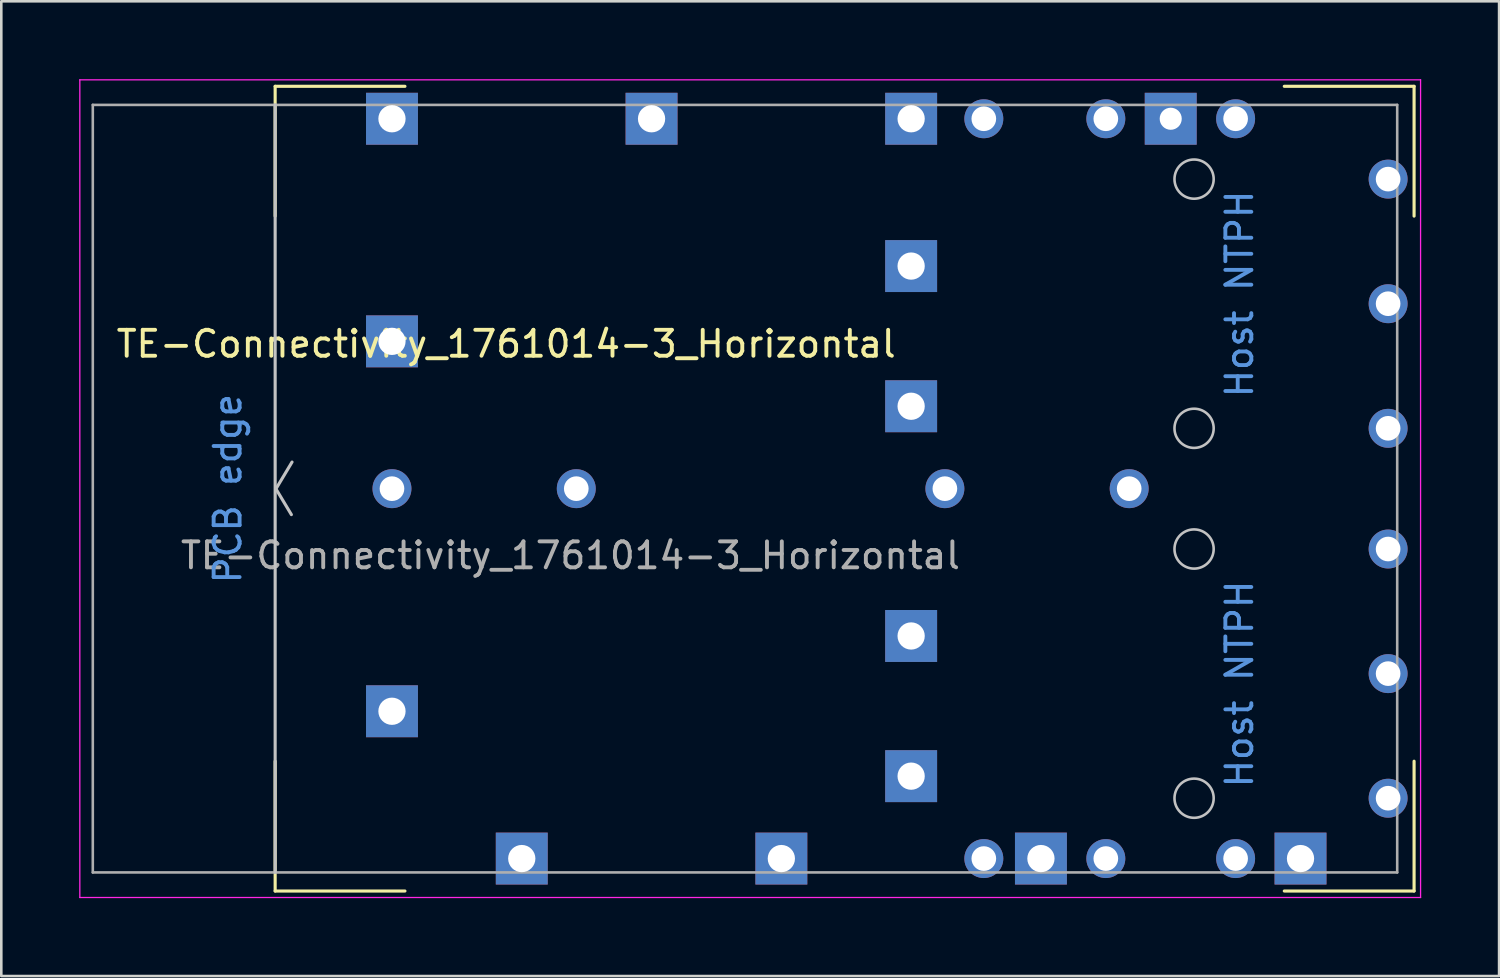
<source format=kicad_pcb>
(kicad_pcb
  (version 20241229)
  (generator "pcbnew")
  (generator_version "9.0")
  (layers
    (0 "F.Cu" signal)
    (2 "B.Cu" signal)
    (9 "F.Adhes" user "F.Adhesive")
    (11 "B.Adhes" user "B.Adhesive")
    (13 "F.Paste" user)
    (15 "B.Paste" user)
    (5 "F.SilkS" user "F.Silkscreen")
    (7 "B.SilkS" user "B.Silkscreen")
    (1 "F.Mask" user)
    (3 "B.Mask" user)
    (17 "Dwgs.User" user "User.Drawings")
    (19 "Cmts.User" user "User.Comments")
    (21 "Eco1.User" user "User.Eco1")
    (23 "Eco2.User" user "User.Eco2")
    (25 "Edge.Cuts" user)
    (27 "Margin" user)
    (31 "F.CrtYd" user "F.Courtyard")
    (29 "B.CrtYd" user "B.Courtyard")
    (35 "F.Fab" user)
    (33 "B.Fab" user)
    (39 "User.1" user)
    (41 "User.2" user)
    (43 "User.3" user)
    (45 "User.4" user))
  (footprint "TE-Connectivity_1761014-3_Horizontal"
    (layer "F.Cu")
    (at 12.05 1.525)
    (property "Reference" "TE-Connectivity_1761014-3_Horizontal" (at 4.4 8.675 0) (layer "F.SilkS") (effects (font (size 1 1) (thickness 0.15))))
    (attr through_hole)
    (fp_line (start -4.5 3.75) (end -4.5 -1.25) (stroke (width 0.12) (type solid)) (layer "F.SilkS"))
    (fp_line (start -4.5 29.75) (end -4.5 24.75) (stroke (width 0.12) (type solid)) (layer "F.SilkS"))
    (fp_line (start 0.5 -1.25) (end -4.5 -1.25) (stroke (width 0.12) (type solid)) (layer "F.SilkS"))
    (fp_line (start 0.5 29.75) (end -4.5 29.75) (stroke (width 0.12) (type solid)) (layer "F.SilkS"))
    (fp_line (start 39.375 -1.25) (end 34.375 -1.25) (stroke (width 0.12) (type solid)) (layer "F.SilkS"))
    (fp_line (start 39.375 3.75) (end 39.375 -1.25) (stroke (width 0.12) (type solid)) (layer "F.SilkS"))
    (fp_line (start 39.375 29.75) (end 34.375 29.75) (stroke (width 0.12) (type solid)) (layer "F.SilkS"))
    (fp_line (start 39.375 29.75) (end 39.375 24.75) (stroke (width 0.12) (type solid)) (layer "F.SilkS"))
    (fp_line (start -4.5 29.035) (end -4.5 -0.535) (stroke (width 0.12) (type solid)) (layer "Dwgs.User"))
    (fp_line (start -4.45 14.225) (end -3.85 13.225) (stroke (width 0.12) (type solid)) (layer "Dwgs.User"))
    (fp_line (start -3.875 15.25) (end -4.475 14.25) (stroke (width 0.12) (type solid)) (layer "Dwgs.User"))
    (fp_circle (center 30.9 2.325) (end 31.655 2.325) (stroke (width 0.1) (type default)) (fill no) (layer "Dwgs.User"))
    (fp_circle (center 30.9 11.925) (end 31.655 11.925) (stroke (width 0.1) (type default)) (fill no) (layer "Dwgs.User"))
    (fp_circle (center 30.9 16.575) (end 31.655 16.575) (stroke (width 0.1) (type default)) (fill no) (layer "Dwgs.User"))
    (fp_circle (center 30.9 26.175) (end 31.655 26.175) (stroke (width 0.1) (type default)) (fill no) (layer "Dwgs.User"))
    (fp_line (start -12.025 -1.5) (end -12.025 30) (stroke (width 0.05) (type solid)) (layer "F.CrtYd"))
    (fp_line (start -12.025 -1.5) (end 39.625 -1.5) (stroke (width 0.05) (type solid)) (layer "F.CrtYd"))
    (fp_line (start 39.625 30) (end -12.025 30) (stroke (width 0.05) (type solid)) (layer "F.CrtYd"))
    (fp_line (start 39.625 30) (end 39.625 -1.5) (stroke (width 0.05) (type solid)) (layer "F.CrtYd"))
    (fp_line (start -11.525 -0.535) (end -11.525 29.035) (stroke (width 0.1) (type solid)) (layer "F.Fab"))
    (fp_line (start 38.725 -0.535) (end -11.525 -0.535) (stroke (width 0.1) (type solid)) (layer "F.Fab"))
    (fp_line (start 38.725 -0.535) (end 38.725 29.035) (stroke (width 0.1) (type solid)) (layer "F.Fab"))
    (fp_line (start 38.725 29.035) (end -11.525 29.035) (stroke (width 0.1) (type solid)) (layer "F.Fab"))
    (fp_text user "Host NTPH" (at 32.65 21.775 90) (layer "Cmts.User") (effects (font (size 1 1) (thickness 0.15))))
    (fp_text user "PCB edge" (at -6.325 14.25 90) (layer "Cmts.User") (effects (font (size 1 1) (thickness 0.15))))
    (fp_text user "Host NTPH" (at 32.65 6.75 90) (layer "Cmts.User") (effects (font (size 1 1) (thickness 0.15))))
    (fp_text user "${REFERENCE}" (at 6.875 16.825 0) (layer "F.Fab") (effects (font (size 1 1) (thickness 0.15))))
    (pad "CAGE" thru_hole rect (at 0 0) (size 2 2) (drill 1.05) (layers "*.Cu" "*.Mask"))
    (pad "CAGE" thru_hole rect (at 0 8.575) (size 2 2) (drill 1.05) (layers "*.Cu" "*.Mask"))
    (pad "CAGE" thru_hole circle (at 0 14.25) (size 1.5 1.5) (drill 0.95) (layers "*.Cu" "*.Mask"))
    (pad "CAGE" thru_hole rect (at 0 22.825) (size 2 2) (drill 1.05) (layers "*.Cu" "*.Mask"))
    (pad "CAGE" thru_hole rect (at 5 28.5) (size 2 2) (drill 1.05) (layers "*.Cu" "*.Mask"))
    (pad "CAGE" thru_hole circle (at 7.1 14.25) (size 1.5 1.5) (drill 0.95) (layers "*.Cu" "*.Mask"))
    (pad "CAGE" thru_hole rect (at 10 0) (size 2 2) (drill 1.05) (layers "*.Cu" "*.Mask"))
    (pad "CAGE" thru_hole rect (at 15 28.5) (size 2 2) (drill 1.05) (layers "*.Cu" "*.Mask"))
    (pad "CAGE" thru_hole rect (at 20 0) (size 2 2) (drill 1.05) (layers "*.Cu" "*.Mask"))
    (pad "CAGE" thru_hole rect (at 20 5.675) (size 2 2) (drill 1.05) (layers "*.Cu" "*.Mask"))
    (pad "CAGE" thru_hole rect (at 20 11.075) (size 2 2) (drill 1.05) (layers "*.Cu" "*.Mask"))
    (pad "CAGE" thru_hole rect (at 20 19.925) (size 2 2) (drill 1.05) (layers "*.Cu" "*.Mask"))
    (pad "CAGE" thru_hole rect (at 20 25.325) (size 2 2) (drill 1.05) (layers "*.Cu" "*.Mask"))
    (pad "CAGE" thru_hole circle (at 21.3 14.25) (size 1.5 1.5) (drill 0.95) (layers "*.Cu" "*.Mask"))
    (pad "CAGE" thru_hole circle (at 22.8 0) (size 1.5 1.5) (drill 0.95) (layers "*.Cu" "*.Mask"))
    (pad "CAGE" thru_hole circle (at 22.8 28.5) (size 1.5 1.5) (drill 0.95) (layers "*.Cu" "*.Mask"))
    (pad "CAGE" thru_hole rect (at 25 28.5) (size 2 2) (drill 1.05) (layers "*.Cu" "*.Mask"))
    (pad "CAGE" thru_hole circle (at 27.5 0) (size 1.5 1.5) (drill 0.95) (layers "*.Cu" "*.Mask"))
    (pad "CAGE" thru_hole circle (at 27.5 28.5) (size 1.5 1.5) (drill 0.95) (layers "*.Cu" "*.Mask"))
    (pad "CAGE" thru_hole circle (at 28.4 14.25) (size 1.5 1.5) (drill 0.95) (layers "*.Cu" "*.Mask"))
    (pad "CAGE" thru_hole rect (at 30 0) (size 2 2) (drill 0.85) (layers "*.Cu" "*.Mask"))
    (pad "CAGE" thru_hole circle (at 32.5 0) (size 1.5 1.5) (drill 0.95) (layers "*.Cu" "*.Mask"))
    (pad "CAGE" thru_hole circle (at 32.5 28.5) (size 1.5 1.5) (drill 0.95) (layers "*.Cu" "*.Mask"))
    (pad "CAGE" thru_hole rect (at 35 28.5) (size 2 2) (drill 1.05) (layers "*.Cu" "*.Mask"))
    (pad "CAGE" thru_hole circle (at 38.375 2.325) (size 1.5 1.5) (drill 0.95) (layers "*.Cu" "*.Mask"))
    (pad "CAGE" thru_hole circle (at 38.375 7.125) (size 1.5 1.5) (drill 0.95) (layers "*.Cu" "*.Mask"))
    (pad "CAGE" thru_hole circle (at 38.375 11.925) (size 1.5 1.5) (drill 0.95) (layers "*.Cu" "*.Mask"))
    (pad "CAGE" thru_hole circle (at 38.375 16.575) (size 1.5 1.5) (drill 0.95) (layers "*.Cu" "*.Mask"))
    (pad "CAGE" thru_hole circle (at 38.375 21.375) (size 1.5 1.5) (drill 0.95) (layers "*.Cu" "*.Mask"))
    (pad "CAGE" thru_hole circle (at 38.375 26.175) (size 1.5 1.5) (drill 0.95) (layers "*.Cu" "*.Mask")))
  (gr_rect
    (start -3 -3)
    (end 54.7 34.55)
    (stroke (width 0.1) (type default))
    (fill no)
    (layer "Edge.Cuts")))
</source>
